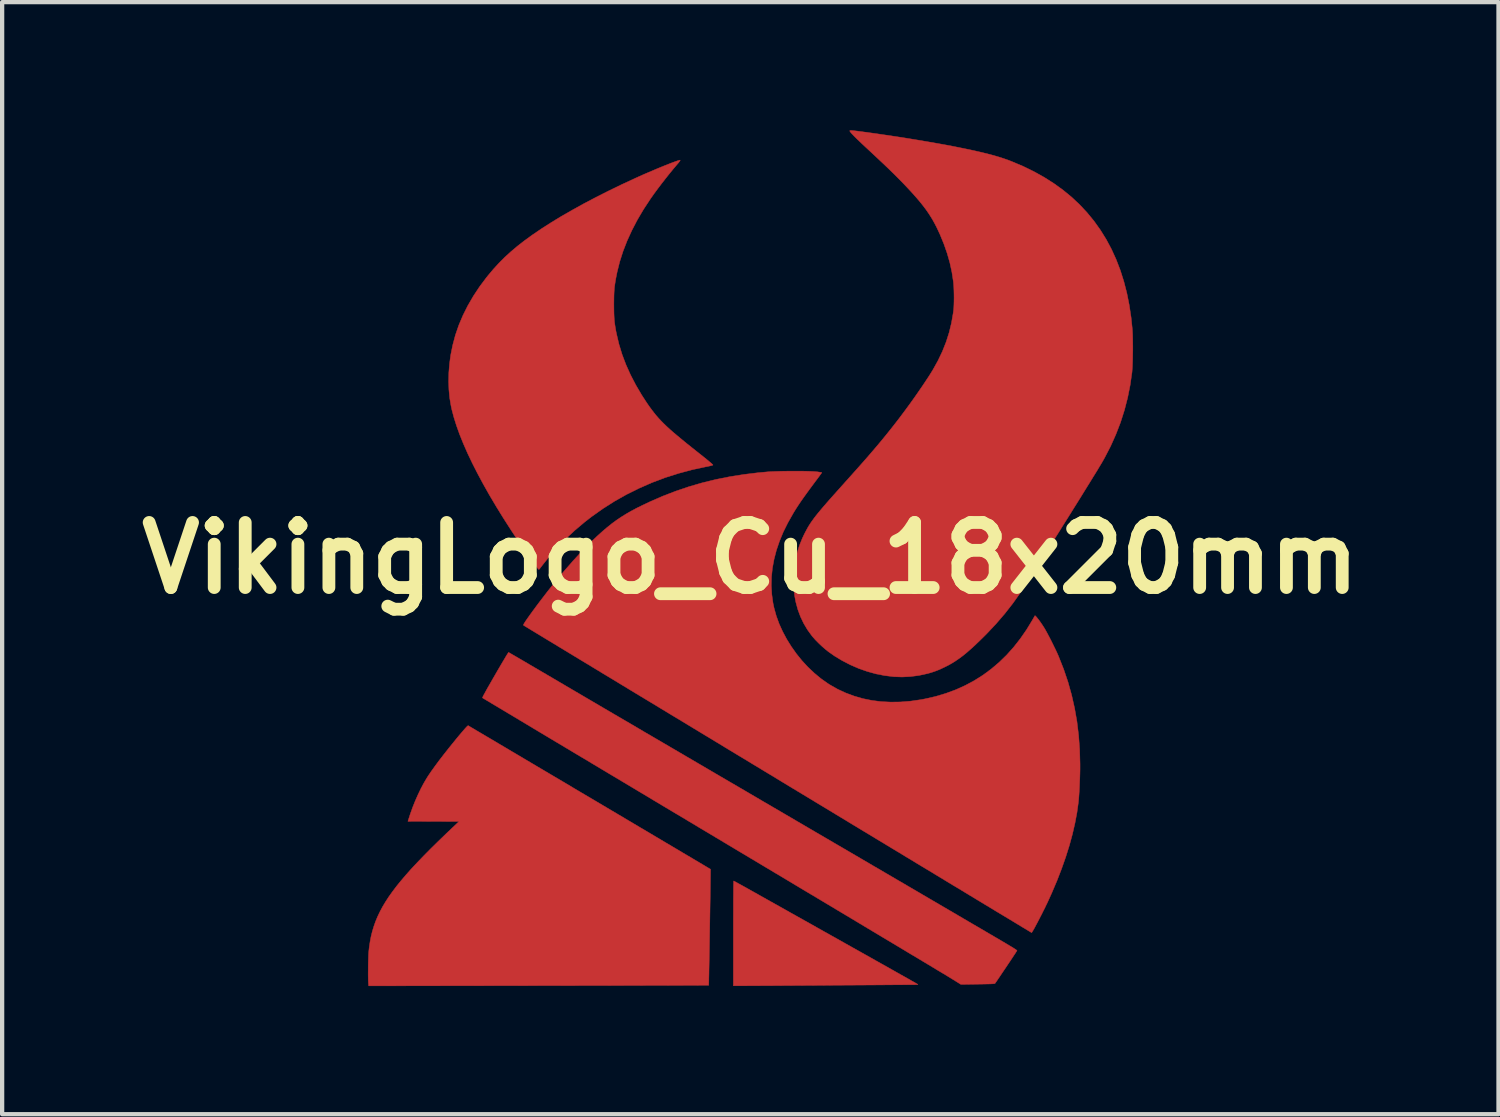
<source format=kicad_pcb>
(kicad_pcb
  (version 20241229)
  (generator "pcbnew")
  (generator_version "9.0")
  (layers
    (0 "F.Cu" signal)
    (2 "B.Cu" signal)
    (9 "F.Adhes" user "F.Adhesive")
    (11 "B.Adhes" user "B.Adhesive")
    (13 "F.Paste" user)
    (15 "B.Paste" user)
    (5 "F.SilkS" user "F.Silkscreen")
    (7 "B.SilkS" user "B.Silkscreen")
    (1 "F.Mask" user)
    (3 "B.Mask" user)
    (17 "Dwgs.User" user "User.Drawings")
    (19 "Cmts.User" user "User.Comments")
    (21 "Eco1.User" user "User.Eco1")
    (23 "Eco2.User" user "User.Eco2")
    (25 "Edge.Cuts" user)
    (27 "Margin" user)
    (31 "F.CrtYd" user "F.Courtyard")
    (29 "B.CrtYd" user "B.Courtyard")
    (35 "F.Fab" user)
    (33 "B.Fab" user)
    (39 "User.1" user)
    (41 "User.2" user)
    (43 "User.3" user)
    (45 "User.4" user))
  (footprint "VikingLogo_Cu_18x20mm"
    (layer "F.Cu")
    (at 14.522 10.02)
    (property "Reference" "VikingLogo_Cu_18x20mm" (at 0 0 0) (layer "F.SilkS") (effects (font (size 1.524 1.524) (thickness 0.3))))
    (attr through_hole)
    (fp_poly (pts (xy -0.381 7.565) (xy -0.359 7.577) (xy -0.325 7.595) (xy -0.279 7.621) (xy -0.222 7.652) (xy -0.157 7.688) (xy -0.083 7.729) (xy -0.002 7.775) (xy 0.084 7.823) (xy 0.176 7.874) (xy 0.226 7.903) (xy 0.296 7.942) (xy 0.379 7.989) (xy 0.475 8.043) (xy 0.583 8.103) (xy 0.701 8.169) (xy 0.828 8.241) (xy 0.963 8.317) (xy 1.106 8.397) (xy 1.254 8.48) (xy 1.408 8.566) (xy 1.565 8.655) (xy 1.725 8.745) (xy 1.886 8.835) (xy 2.048 8.926) (xy 2.21 9.017) (xy 2.37 9.107) (xy 2.375 9.11) (xy 2.525 9.194) (xy 2.671 9.276) (xy 2.812 9.355) (xy 2.948 9.432) (xy 3.078 9.505) (xy 3.202 9.574) (xy 3.318 9.64) (xy 3.426 9.701) (xy 3.525 9.757) (xy 3.615 9.807) (xy 3.695 9.852) (xy 3.764 9.892) (xy 3.822 9.924) (xy 3.867 9.95) (xy 3.9 9.969) (xy 3.919 9.98) (xy 3.924 9.983) (xy 3.919 9.986) (xy 3.899 9.989) (xy 3.864 9.99) (xy 3.818 9.991) (xy 3.799 9.991) (xy 3.763 9.991) (xy 3.712 9.991) (xy 3.647 9.992) (xy 3.568 9.992) (xy 3.477 9.993) (xy 3.373 9.993) (xy 3.259 9.994) (xy 3.134 9.995) (xy 3 9.996) (xy 2.857 9.997) (xy 2.707 9.998) (xy 2.549 9.999) (xy 2.386 10) (xy 2.217 10.001) (xy 2.044 10.002) (xy 1.871 10.003) (xy 1.693 10.005) (xy 1.517 10.006) (xy 1.345 10.007) (xy 1.178 10.008) (xy 1.016 10.009) (xy 0.86 10.01) (xy 0.711 10.011) (xy 0.571 10.012) (xy 0.439 10.013) (xy 0.318 10.013) (xy 0.207 10.014) (xy 0.107 10.015) (xy 0.021 10.015) (xy -0.053 10.015) (xy -0.111 10.016) (xy -0.155 10.016) (xy -0.18 10.016) (xy -0.398 10.016) (xy -0.398 8.788) (xy -0.398 8.614) (xy -0.398 8.452) (xy -0.397 8.302) (xy -0.397 8.164) (xy -0.397 8.039) (xy -0.396 7.927) (xy -0.395 7.83) (xy -0.395 7.747) (xy -0.394 7.678) (xy -0.393 7.625) (xy -0.392 7.587) (xy -0.391 7.566) (xy -0.39 7.561) (xy -0.381 7.565)) (stroke (width 0.01) (type solid)) (fill yes) (layer "F.Cu"))
    (fp_poly (pts (xy -6.609 3.923) (xy -6.601 3.927) (xy -6.579 3.94) (xy -6.544 3.961) (xy -6.496 3.989) (xy -6.436 4.025) (xy -6.365 4.067) (xy -6.282 4.116) (xy -6.189 4.171) (xy -6.087 4.231) (xy -5.975 4.297) (xy -5.855 4.369) (xy -5.727 4.444) (xy -5.592 4.525) (xy -5.449 4.609) (xy -5.301 4.697) (xy -5.147 4.788) (xy -4.989 4.882) (xy -4.826 4.978) (xy -4.659 5.077) (xy -4.489 5.177) (xy -4.317 5.279) (xy -4.143 5.383) (xy -3.968 5.487) (xy -3.791 5.591) (xy -3.615 5.695) (xy -3.44 5.799) (xy -3.265 5.903) (xy -3.092 6.005) (xy -2.922 6.106) (xy -2.755 6.205) (xy -2.591 6.303) (xy -2.431 6.397) (xy -2.276 6.489) (xy -2.126 6.578) (xy -1.983 6.663) (xy -1.846 6.744) (xy -1.716 6.821) (xy -1.594 6.894) (xy -1.48 6.961) (xy -1.375 7.023) (xy -1.28 7.08) (xy -1.195 7.13) (xy -1.121 7.174) (xy -1.058 7.212) (xy -1.007 7.242) (xy -0.969 7.265) (xy -0.944 7.279) (xy -0.933 7.286) (xy -0.932 7.286) (xy -0.932 7.295) (xy -0.932 7.319) (xy -0.933 7.359) (xy -0.933 7.411) (xy -0.934 7.477) (xy -0.935 7.554) (xy -0.936 7.641) (xy -0.937 7.737) (xy -0.939 7.842) (xy -0.94 7.954) (xy -0.942 8.072) (xy -0.944 8.194) (xy -0.946 8.321) (xy -0.948 8.45) (xy -0.95 8.581) (xy -0.952 8.712) (xy -0.954 8.843) (xy -0.956 8.972) (xy -0.958 9.098) (xy -0.96 9.221) (xy -0.962 9.339) (xy -0.964 9.45) (xy -0.966 9.555) (xy -0.968 9.651) (xy -0.969 9.738) (xy -0.971 9.815) (xy -0.972 9.88) (xy -0.973 9.932) (xy -0.974 9.971) (xy -0.975 9.995) (xy -0.975 10.003) (xy -0.984 10.003) (xy -1.009 10.004) (xy -1.05 10.004) (xy -1.106 10.004) (xy -1.177 10.004) (xy -1.262 10.005) (xy -1.361 10.005) (xy -1.474 10.005) (xy -1.599 10.006) (xy -1.736 10.006) (xy -1.886 10.006) (xy -2.046 10.007) (xy -2.217 10.007) (xy -2.398 10.007) (xy -2.588 10.008) (xy -2.788 10.008) (xy -2.997 10.009) (xy -3.213 10.009) (xy -3.437 10.01) (xy -3.668 10.01) (xy -3.905 10.01) (xy -4.148 10.011) (xy -4.397 10.011) (xy -4.651 10.012) (xy -4.909 10.012) (xy -4.958 10.012) (xy -8.938 10.018) (xy -8.944 9.96) (xy -8.946 9.923) (xy -8.948 9.871) (xy -8.949 9.809) (xy -8.95 9.738) (xy -8.949 9.661) (xy -8.949 9.582) (xy -8.948 9.503) (xy -8.946 9.426) (xy -8.944 9.356) (xy -8.942 9.293) (xy -8.939 9.243) (xy -8.937 9.219) (xy -8.923 9.095) (xy -8.904 8.974) (xy -8.881 8.855) (xy -8.852 8.739) (xy -8.817 8.624) (xy -8.777 8.51) (xy -8.73 8.397) (xy -8.675 8.282) (xy -8.614 8.167) (xy -8.544 8.05) (xy -8.466 7.93) (xy -8.379 7.808) (xy -8.283 7.681) (xy -8.177 7.551) (xy -8.061 7.415) (xy -7.935 7.273) (xy -7.797 7.126) (xy -7.648 6.971) (xy -7.487 6.808) (xy -7.314 6.638) (xy -7.128 6.458) (xy -6.965 6.303) (xy -6.822 6.168) (xy -7.421 6.166) (xy -8.019 6.164) (xy -8.013 6.145) (xy -7.964 5.993) (xy -7.909 5.839) (xy -7.848 5.687) (xy -7.783 5.54) (xy -7.716 5.4) (xy -7.647 5.27) (xy -7.578 5.153) (xy -7.551 5.11) (xy -7.474 4.996) (xy -7.385 4.872) (xy -7.285 4.737) (xy -7.174 4.593) (xy -7.053 4.44) (xy -6.969 4.336) (xy -6.892 4.241) (xy -6.823 4.158) (xy -6.764 4.088) (xy -6.713 4.029) (xy -6.673 3.983) (xy -6.642 3.95) (xy -6.621 3.93) (xy -6.609 3.923) (xy -6.609 3.923)) (stroke (width 0.01) (type solid)) (fill yes) (layer "F.Cu"))
    (fp_poly (pts (xy -5.653 2.213) (xy -5.631 2.225) (xy -5.597 2.245) (xy -5.552 2.271) (xy -5.497 2.303) (xy -5.433 2.34) (xy -5.363 2.381) (xy -5.286 2.426) (xy -5.204 2.474) (xy -5.161 2.5) (xy -4.872 2.669) (xy -4.582 2.839) (xy -4.292 3.01) (xy -4 3.181) (xy -3.705 3.354) (xy -3.407 3.529) (xy -3.105 3.706) (xy -2.798 3.885) (xy -2.486 4.069) (xy -2.167 4.255) (xy -1.841 4.446) (xy -1.508 4.641) (xy -1.166 4.841) (xy -0.815 5.047) (xy -0.454 5.258) (xy -0.082 5.475) (xy 0.301 5.7) (xy 0.697 5.931) (xy 1.105 6.17) (xy 1.527 6.417) (xy 1.634 6.479) (xy 1.957 6.668) (xy 2.274 6.853) (xy 2.585 7.035) (xy 2.887 7.212) (xy 3.182 7.384) (xy 3.469 7.552) (xy 3.746 7.714) (xy 4.014 7.871) (xy 4.272 8.022) (xy 4.52 8.167) (xy 4.756 8.305) (xy 4.981 8.437) (xy 5.194 8.562) (xy 5.395 8.679) (xy 5.582 8.789) (xy 5.755 8.89) (xy 5.891 8.97) (xy 5.979 9.022) (xy 6.053 9.066) (xy 6.113 9.102) (xy 6.162 9.132) (xy 6.198 9.155) (xy 6.223 9.172) (xy 6.239 9.184) (xy 6.245 9.191) (xy 6.245 9.192) (xy 6.239 9.202) (xy 6.225 9.223) (xy 6.204 9.256) (xy 6.176 9.298) (xy 6.144 9.347) (xy 6.107 9.403) (xy 6.067 9.463) (xy 6.025 9.525) (xy 5.982 9.59) (xy 5.939 9.653) (xy 5.897 9.715) (xy 5.858 9.774) (xy 5.822 9.827) (xy 5.79 9.874) (xy 5.764 9.913) (xy 5.744 9.941) (xy 5.732 9.958) (xy 5.729 9.963) (xy 5.721 9.965) (xy 5.702 9.968) (xy 5.671 9.97) (xy 5.627 9.972) (xy 5.569 9.974) (xy 5.497 9.975) (xy 5.41 9.977) (xy 5.326 9.978) (xy 4.932 9.984) (xy 4.692 9.835) (xy 4.672 9.823) (xy 4.638 9.802) (xy 4.591 9.773) (xy 4.529 9.736) (xy 4.455 9.692) (xy 4.368 9.64) (xy 4.269 9.58) (xy 4.158 9.513) (xy 4.036 9.44) (xy 3.903 9.36) (xy 3.758 9.274) (xy 3.604 9.181) (xy 3.439 9.082) (xy 3.265 8.978) (xy 3.081 8.868) (xy 2.889 8.753) (xy 2.688 8.633) (xy 2.48 8.508) (xy 2.263 8.378) (xy 2.039 8.244) (xy 1.809 8.106) (xy 1.571 7.964) (xy 1.328 7.819) (xy 1.079 7.67) (xy 0.824 7.517) (xy 0.564 7.362) (xy 0.3 7.204) (xy 0.032 7.044) (xy -0.241 6.881) (xy -0.517 6.716) (xy -0.796 6.549) (xy -0.904 6.484) (xy -1.183 6.318) (xy -1.458 6.153) (xy -1.729 5.991) (xy -1.996 5.832) (xy -2.258 5.675) (xy -2.515 5.521) (xy -2.767 5.37) (xy -3.013 5.223) (xy -3.253 5.08) (xy -3.487 4.94) (xy -3.714 4.804) (xy -3.933 4.673) (xy -4.146 4.546) (xy -4.35 4.424) (xy -4.546 4.307) (xy -4.733 4.195) (xy -4.912 4.088) (xy -5.081 3.987) (xy -5.24 3.891) (xy -5.39 3.802) (xy -5.529 3.718) (xy -5.657 3.642) (xy -5.775 3.571) (xy -5.88 3.508) (xy -5.974 3.452) (xy -6.056 3.403) (xy -6.125 3.361) (xy -6.181 3.328) (xy -6.224 3.302) (xy -6.254 3.284) (xy -6.269 3.275) (xy -6.272 3.273) (xy -6.272 3.268) (xy -6.268 3.256) (xy -6.259 3.237) (xy -6.246 3.21) (xy -6.226 3.174) (xy -6.201 3.128) (xy -6.17 3.071) (xy -6.131 3.003) (xy -6.085 2.923) (xy -6.032 2.83) (xy -5.977 2.735) (xy -5.927 2.648) (xy -5.879 2.566) (xy -5.834 2.489) (xy -5.793 2.42) (xy -5.756 2.358) (xy -5.725 2.305) (xy -5.699 2.263) (xy -5.679 2.232) (xy -5.667 2.213) (xy -5.662 2.208) (xy -5.653 2.213)) (stroke (width 0.01) (type solid)) (fill yes) (layer "F.Cu"))
    (fp_poly (pts (xy -1.644 -9.32) (xy -1.643 -9.313) (xy -1.655 -9.294) (xy -1.678 -9.263) (xy -1.707 -9.229) (xy -1.8 -9.119) (xy -1.894 -9.004) (xy -1.988 -8.886) (xy -2.079 -8.769) (xy -2.166 -8.654) (xy -2.246 -8.546) (xy -2.317 -8.446) (xy -2.338 -8.416) (xy -2.501 -8.168) (xy -2.646 -7.922) (xy -2.774 -7.676) (xy -2.886 -7.431) (xy -2.981 -7.186) (xy -3.059 -6.942) (xy -3.12 -6.698) (xy -3.149 -6.553) (xy -3.161 -6.483) (xy -3.171 -6.42) (xy -3.179 -6.363) (xy -3.185 -6.308) (xy -3.189 -6.251) (xy -3.192 -6.191) (xy -3.194 -6.123) (xy -3.195 -6.045) (xy -3.196 -5.954) (xy -3.196 -5.939) (xy -3.195 -5.837) (xy -3.194 -5.748) (xy -3.191 -5.67) (xy -3.187 -5.598) (xy -3.181 -5.531) (xy -3.172 -5.464) (xy -3.161 -5.395) (xy -3.148 -5.32) (xy -3.133 -5.247) (xy -3.076 -5.007) (xy -3.003 -4.768) (xy -2.913 -4.53) (xy -2.806 -4.292) (xy -2.683 -4.055) (xy -2.543 -3.817) (xy -2.459 -3.687) (xy -2.407 -3.609) (xy -2.356 -3.536) (xy -2.305 -3.467) (xy -2.254 -3.401) (xy -2.202 -3.337) (xy -2.147 -3.274) (xy -2.089 -3.212) (xy -2.026 -3.148) (xy -1.957 -3.082) (xy -1.882 -3.013) (xy -1.799 -2.94) (xy -1.707 -2.863) (xy -1.606 -2.779) (xy -1.494 -2.687) (xy -1.37 -2.588) (xy -1.263 -2.503) (xy -1.171 -2.43) (xy -1.092 -2.367) (xy -1.025 -2.313) (xy -0.972 -2.269) (xy -0.93 -2.234) (xy -0.9 -2.207) (xy -0.882 -2.19) (xy -0.875 -2.18) (xy -0.882 -2.176) (xy -0.904 -2.169) (xy -0.938 -2.16) (xy -0.984 -2.15) (xy -1.039 -2.139) (xy -1.043 -2.139) (xy -1.37 -2.068) (xy -1.689 -1.982) (xy -2.003 -1.882) (xy -2.309 -1.766) (xy -2.607 -1.635) (xy -2.898 -1.491) (xy -3.18 -1.332) (xy -3.452 -1.159) (xy -3.716 -0.972) (xy -3.878 -0.846) (xy -4.106 -0.654) (xy -4.321 -0.455) (xy -4.522 -0.249) (xy -4.708 -0.038) (xy -4.86 0.154) (xy -4.889 0.191) (xy -4.914 0.224) (xy -4.934 0.249) (xy -4.947 0.264) (xy -4.952 0.268) (xy -4.959 0.263) (xy -4.973 0.247) (xy -4.992 0.223) (xy -4.998 0.215) (xy -5.062 0.127) (xy -5.134 0.028) (xy -5.209 -0.079) (xy -5.288 -0.191) (xy -5.366 -0.303) (xy -5.441 -0.414) (xy -5.513 -0.519) (xy -5.577 -0.616) (xy -5.601 -0.652) (xy -5.781 -0.933) (xy -5.95 -1.207) (xy -6.108 -1.473) (xy -6.254 -1.732) (xy -6.389 -1.983) (xy -6.512 -2.225) (xy -6.623 -2.458) (xy -6.721 -2.682) (xy -6.808 -2.897) (xy -6.882 -3.103) (xy -6.943 -3.298) (xy -6.992 -3.483) (xy -7.01 -3.569) (xy -7.041 -3.751) (xy -7.059 -3.943) (xy -7.066 -4.142) (xy -7.061 -4.347) (xy -7.044 -4.555) (xy -7.018 -4.75) (xy -6.97 -4.988) (xy -6.907 -5.223) (xy -6.827 -5.456) (xy -6.73 -5.685) (xy -6.617 -5.911) (xy -6.487 -6.135) (xy -6.341 -6.356) (xy -6.178 -6.574) (xy -6.143 -6.617) (xy -6.017 -6.767) (xy -5.887 -6.909) (xy -5.751 -7.046) (xy -5.607 -7.177) (xy -5.453 -7.307) (xy -5.287 -7.436) (xy -5.107 -7.567) (xy -5.094 -7.575) (xy -4.885 -7.718) (xy -4.659 -7.862) (xy -4.419 -8.008) (xy -4.164 -8.154) (xy -3.897 -8.302) (xy -3.617 -8.449) (xy -3.326 -8.596) (xy -3.024 -8.743) (xy -2.713 -8.887) (xy -2.684 -8.901) (xy -2.59 -8.943) (xy -2.494 -8.986) (xy -2.396 -9.028) (xy -2.299 -9.069) (xy -2.204 -9.11) (xy -2.112 -9.148) (xy -2.024 -9.184) (xy -1.942 -9.216) (xy -1.868 -9.246) (xy -1.801 -9.271) (xy -1.745 -9.291) (xy -1.699 -9.307) (xy -1.666 -9.317) (xy -1.647 -9.32) (xy -1.644 -9.32)) (stroke (width 0.01) (type solid)) (fill yes) (layer "F.Cu"))
    (fp_poly (pts (xy 1.117 -2.037) (xy 1.211 -2.036) (xy 1.299 -2.035) (xy 1.38 -2.032) (xy 1.45 -2.03) (xy 1.509 -2.026) (xy 1.554 -2.022) (xy 1.566 -2.021) (xy 1.606 -2.015) (xy 1.64 -2.01) (xy 1.664 -2.005) (xy 1.674 -2.003) (xy 1.674 -2.003) (xy 1.67 -1.996) (xy 1.657 -1.977) (xy 1.635 -1.947) (xy 1.607 -1.908) (xy 1.572 -1.861) (xy 1.532 -1.808) (xy 1.489 -1.75) (xy 1.471 -1.726) (xy 1.385 -1.61) (xy 1.308 -1.504) (xy 1.239 -1.408) (xy 1.176 -1.318) (xy 1.119 -1.233) (xy 1.066 -1.151) (xy 1.016 -1.07) (xy 0.999 -1.041) (xy 0.877 -0.825) (xy 0.771 -0.611) (xy 0.683 -0.397) (xy 0.611 -0.186) (xy 0.556 0.025) (xy 0.517 0.234) (xy 0.496 0.441) (xy 0.491 0.646) (xy 0.503 0.85) (xy 0.531 1.052) (xy 0.555 1.166) (xy 0.606 1.35) (xy 0.673 1.535) (xy 0.755 1.717) (xy 0.851 1.897) (xy 0.959 2.071) (xy 1.078 2.239) (xy 1.208 2.4) (xy 1.347 2.551) (xy 1.495 2.691) (xy 1.649 2.819) (xy 1.81 2.933) (xy 1.856 2.963) (xy 2.04 3.068) (xy 2.232 3.157) (xy 2.43 3.231) (xy 2.634 3.29) (xy 2.845 3.333) (xy 3.063 3.361) (xy 3.287 3.372) (xy 3.516 3.369) (xy 3.752 3.35) (xy 3.994 3.315) (xy 4.089 3.297) (xy 4.339 3.24) (xy 4.579 3.168) (xy 4.81 3.083) (xy 5.031 2.983) (xy 5.244 2.869) (xy 5.447 2.741) (xy 5.641 2.598) (xy 5.825 2.442) (xy 6.001 2.271) (xy 6.166 2.087) (xy 6.322 1.888) (xy 6.469 1.676) (xy 6.592 1.474) (xy 6.666 1.346) (xy 6.687 1.365) (xy 6.708 1.388) (xy 6.736 1.423) (xy 6.769 1.466) (xy 6.804 1.515) (xy 6.839 1.567) (xy 6.872 1.618) (xy 6.896 1.657) (xy 6.926 1.71) (xy 6.961 1.774) (xy 7 1.848) (xy 7.041 1.927) (xy 7.082 2.01) (xy 7.122 2.092) (xy 7.16 2.17) (xy 7.193 2.242) (xy 7.22 2.304) (xy 7.221 2.307) (xy 7.338 2.603) (xy 7.439 2.902) (xy 7.524 3.206) (xy 7.594 3.516) (xy 7.649 3.83) (xy 7.688 4.152) (xy 7.712 4.48) (xy 7.721 4.815) (xy 7.721 4.86) (xy 7.721 4.95) (xy 7.719 5.048) (xy 7.716 5.151) (xy 7.712 5.255) (xy 7.708 5.357) (xy 7.703 5.456) (xy 7.697 5.547) (xy 7.691 5.628) (xy 7.685 5.696) (xy 7.683 5.715) (xy 7.65 5.955) (xy 7.603 6.204) (xy 7.544 6.461) (xy 7.472 6.726) (xy 7.387 6.997) (xy 7.29 7.273) (xy 7.181 7.555) (xy 7.06 7.84) (xy 6.956 8.069) (xy 6.928 8.126) (xy 6.898 8.19) (xy 6.864 8.256) (xy 6.83 8.325) (xy 6.794 8.395) (xy 6.759 8.463) (xy 6.725 8.529) (xy 6.692 8.59) (xy 6.663 8.645) (xy 6.637 8.692) (xy 6.615 8.729) (xy 6.599 8.756) (xy 6.589 8.77) (xy 6.587 8.771) (xy 6.58 8.767) (xy 6.558 8.754) (xy 6.523 8.733) (xy 6.474 8.703) (xy 6.412 8.666) (xy 6.337 8.621) (xy 6.25 8.568) (xy 6.151 8.508) (xy 6.04 8.441) (xy 5.917 8.367) (xy 5.783 8.287) (xy 5.639 8.199) (xy 5.484 8.106) (xy 5.319 8.006) (xy 5.145 7.901) (xy 4.961 7.789) (xy 4.767 7.673) (xy 4.566 7.551) (xy 4.355 7.423) (xy 4.137 7.291) (xy 3.911 7.155) (xy 3.678 7.014) (xy 3.437 6.868) (xy 3.19 6.719) (xy 2.937 6.566) (xy 2.677 6.409) (xy 2.412 6.249) (xy 2.142 6.085) (xy 1.866 5.918) (xy 1.586 5.749) (xy 1.302 5.577) (xy 1.013 5.403) (xy 0.721 5.226) (xy 0.639 5.176) (xy 0.346 4.999) (xy 0.057 4.824) (xy -0.229 4.651) (xy -0.511 4.481) (xy -0.787 4.313) (xy -1.059 4.149) (xy -1.326 3.987) (xy -1.587 3.829) (xy -1.843 3.675) (xy -2.092 3.524) (xy -2.334 3.377) (xy -2.57 3.235) (xy -2.798 3.097) (xy -3.019 2.963) (xy -3.231 2.834) (xy -3.436 2.711) (xy -3.632 2.592) (xy -3.818 2.479) (xy -3.996 2.372) (xy -4.164 2.27) (xy -4.322 2.174) (xy -4.469 2.085) (xy -4.606 2.002) (xy -4.732 1.926) (xy -4.847 1.856) (xy -4.949 1.794) (xy -5.04 1.739) (xy -5.119 1.691) (xy -5.185 1.651) (xy -5.237 1.619) (xy -5.277 1.595) (xy -5.302 1.579) (xy -5.314 1.572) (xy -5.315 1.572) (xy -5.313 1.561) (xy -5.302 1.538) (xy -5.28 1.502) (xy -5.248 1.454) (xy -5.206 1.394) (xy -5.155 1.322) (xy -5.094 1.238) (xy -5.024 1.143) (xy -4.958 1.054) (xy -4.751 0.784) (xy -4.548 0.529) (xy -4.349 0.29) (xy -4.153 0.066) (xy -3.962 -0.142) (xy -3.774 -0.335) (xy -3.591 -0.511) (xy -3.454 -0.634) (xy -3.348 -0.724) (xy -3.243 -0.808) (xy -3.137 -0.886) (xy -3.027 -0.96) (xy -2.912 -1.032) (xy -2.79 -1.102) (xy -2.657 -1.173) (xy -2.512 -1.244) (xy -2.354 -1.319) (xy -2.051 -1.451) (xy -1.747 -1.568) (xy -1.44 -1.672) (xy -1.128 -1.763) (xy -0.81 -1.841) (xy -0.485 -1.906) (xy -0.151 -1.959) (xy 0.193 -2.001) (xy 0.415 -2.021) (xy 0.478 -2.025) (xy 0.553 -2.028) (xy 0.636 -2.031) (xy 0.727 -2.034) (xy 0.822 -2.035) (xy 0.92 -2.037) (xy 1.019 -2.037) (xy 1.117 -2.037)) (stroke (width 0.01) (type solid)) (fill yes) (layer "F.Cu"))
    (fp_poly (pts (xy 2.385 -10.013) (xy 2.418 -10.01) (xy 2.463 -10.005) (xy 2.52 -9.998) (xy 2.591 -9.989) (xy 2.669 -9.978) (xy 2.913 -9.945) (xy 3.158 -9.909) (xy 3.402 -9.873) (xy 3.645 -9.835) (xy 3.883 -9.796) (xy 4.116 -9.757) (xy 4.341 -9.718) (xy 4.558 -9.679) (xy 4.764 -9.64) (xy 4.958 -9.601) (xy 5.138 -9.564) (xy 5.262 -9.537) (xy 5.422 -9.5) (xy 5.567 -9.464) (xy 5.7 -9.429) (xy 5.822 -9.393) (xy 5.937 -9.356) (xy 6.045 -9.318) (xy 6.117 -9.29) (xy 6.385 -9.177) (xy 6.639 -9.053) (xy 6.88 -8.919) (xy 7.108 -8.774) (xy 7.323 -8.619) (xy 7.525 -8.453) (xy 7.713 -8.276) (xy 7.888 -8.089) (xy 8.05 -7.891) (xy 8.199 -7.682) (xy 8.335 -7.463) (xy 8.458 -7.233) (xy 8.567 -6.993) (xy 8.664 -6.741) (xy 8.747 -6.479) (xy 8.817 -6.207) (xy 8.874 -5.923) (xy 8.918 -5.629) (xy 8.945 -5.368) (xy 8.949 -5.308) (xy 8.953 -5.234) (xy 8.955 -5.15) (xy 8.956 -5.058) (xy 8.957 -4.961) (xy 8.957 -4.861) (xy 8.955 -4.762) (xy 8.954 -4.665) (xy 8.951 -4.575) (xy 8.948 -4.492) (xy 8.943 -4.421) (xy 8.939 -4.363) (xy 8.938 -4.352) (xy 8.895 -4.052) (xy 8.836 -3.757) (xy 8.761 -3.466) (xy 8.67 -3.18) (xy 8.562 -2.9) (xy 8.439 -2.624) (xy 8.299 -2.354) (xy 8.232 -2.235) (xy 8.204 -2.189) (xy 8.168 -2.129) (xy 8.125 -2.057) (xy 8.074 -1.974) (xy 8.016 -1.881) (xy 7.953 -1.778) (xy 7.884 -1.667) (xy 7.811 -1.549) (xy 7.734 -1.424) (xy 7.653 -1.294) (xy 7.569 -1.16) (xy 7.484 -1.023) (xy 7.396 -0.883) (xy 7.308 -0.743) (xy 7.22 -0.602) (xy 7.132 -0.462) (xy 7.045 -0.323) (xy 6.96 -0.188) (xy 6.877 -0.056) (xy 6.797 0.071) (xy 6.72 0.192) (xy 6.648 0.306) (xy 6.58 0.413) (xy 6.518 0.51) (xy 6.461 0.598) (xy 6.412 0.675) (xy 6.37 0.74) (xy 6.335 0.792) (xy 6.322 0.813) (xy 6.148 1.059) (xy 5.959 1.301) (xy 5.754 1.539) (xy 5.532 1.775) (xy 5.486 1.821) (xy 5.37 1.935) (xy 5.263 2.038) (xy 5.163 2.129) (xy 5.07 2.21) (xy 4.981 2.283) (xy 4.895 2.347) (xy 4.811 2.405) (xy 4.727 2.458) (xy 4.643 2.506) (xy 4.559 2.548) (xy 4.469 2.591) (xy 4.388 2.626) (xy 4.311 2.655) (xy 4.232 2.681) (xy 4.147 2.705) (xy 4.146 2.705) (xy 3.949 2.748) (xy 3.751 2.774) (xy 3.553 2.784) (xy 3.355 2.777) (xy 3.349 2.776) (xy 3.146 2.751) (xy 2.942 2.711) (xy 2.74 2.655) (xy 2.539 2.585) (xy 2.344 2.5) (xy 2.155 2.403) (xy 1.974 2.294) (xy 1.83 2.193) (xy 1.755 2.133) (xy 1.676 2.064) (xy 1.598 1.99) (xy 1.525 1.916) (xy 1.461 1.844) (xy 1.445 1.825) (xy 1.34 1.681) (xy 1.25 1.53) (xy 1.174 1.371) (xy 1.112 1.203) (xy 1.064 1.026) (xy 1.037 0.881) (xy 1.03 0.825) (xy 1.025 0.757) (xy 1.021 0.679) (xy 1.018 0.595) (xy 1.017 0.51) (xy 1.018 0.426) (xy 1.02 0.348) (xy 1.024 0.278) (xy 1.028 0.237) (xy 1.056 0.05) (xy 1.097 -0.128) (xy 1.151 -0.3) (xy 1.22 -0.469) (xy 1.263 -0.559) (xy 1.292 -0.616) (xy 1.321 -0.671) (xy 1.35 -0.723) (xy 1.381 -0.774) (xy 1.414 -0.825) (xy 1.451 -0.878) (xy 1.491 -0.933) (xy 1.536 -0.992) (xy 1.587 -1.055) (xy 1.644 -1.124) (xy 1.709 -1.201) (xy 1.782 -1.285) (xy 1.864 -1.379) (xy 1.957 -1.483) (xy 2.031 -1.566) (xy 2.086 -1.627) (xy 2.149 -1.698) (xy 2.217 -1.774) (xy 2.288 -1.853) (xy 2.357 -1.93) (xy 2.422 -2.003) (xy 2.459 -2.044) (xy 2.602 -2.205) (xy 2.735 -2.356) (xy 2.858 -2.499) (xy 2.975 -2.636) (xy 3.085 -2.768) (xy 3.191 -2.898) (xy 3.295 -3.028) (xy 3.398 -3.159) (xy 3.501 -3.293) (xy 3.562 -3.375) (xy 3.642 -3.482) (xy 3.724 -3.594) (xy 3.806 -3.708) (xy 3.887 -3.823) (xy 3.966 -3.937) (xy 4.041 -4.047) (xy 4.111 -4.152) (xy 4.175 -4.249) (xy 4.231 -4.337) (xy 4.274 -4.407) (xy 4.394 -4.623) (xy 4.497 -4.839) (xy 4.584 -5.058) (xy 4.655 -5.28) (xy 4.71 -5.505) (xy 4.75 -5.735) (xy 4.76 -5.812) (xy 4.765 -5.867) (xy 4.768 -5.936) (xy 4.77 -6.013) (xy 4.771 -6.097) (xy 4.77 -6.183) (xy 4.768 -6.267) (xy 4.765 -6.345) (xy 4.76 -6.415) (xy 4.755 -6.469) (xy 4.721 -6.693) (xy 4.673 -6.915) (xy 4.61 -7.136) (xy 4.533 -7.357) (xy 4.441 -7.581) (xy 4.407 -7.654) (xy 4.358 -7.758) (xy 4.31 -7.849) (xy 4.263 -7.934) (xy 4.212 -8.016) (xy 4.178 -8.069) (xy 4.116 -8.159) (xy 4.045 -8.253) (xy 3.965 -8.353) (xy 3.875 -8.458) (xy 3.776 -8.569) (xy 3.666 -8.687) (xy 3.546 -8.813) (xy 3.414 -8.946) (xy 3.271 -9.087) (xy 3.115 -9.236) (xy 2.946 -9.395) (xy 2.811 -9.521) (xy 2.711 -9.614) (xy 2.624 -9.695) (xy 2.549 -9.767) (xy 2.485 -9.828) (xy 2.433 -9.88) (xy 2.392 -9.923) (xy 2.361 -9.956) (xy 2.341 -9.981) (xy 2.33 -9.998) (xy 2.328 -10.004) (xy 2.33 -10.009) (xy 2.334 -10.013) (xy 2.344 -10.014) (xy 2.36 -10.015) (xy 2.385 -10.013)) (stroke (width 0.01) (type solid)) (fill yes) (layer "F.Cu")))
  (gr_rect
    (start -3 -3)
    (end 32.043 23.043)
    (stroke (width 0.1) (type default))
    (fill no)
    (layer "Edge.Cuts")))
</source>
